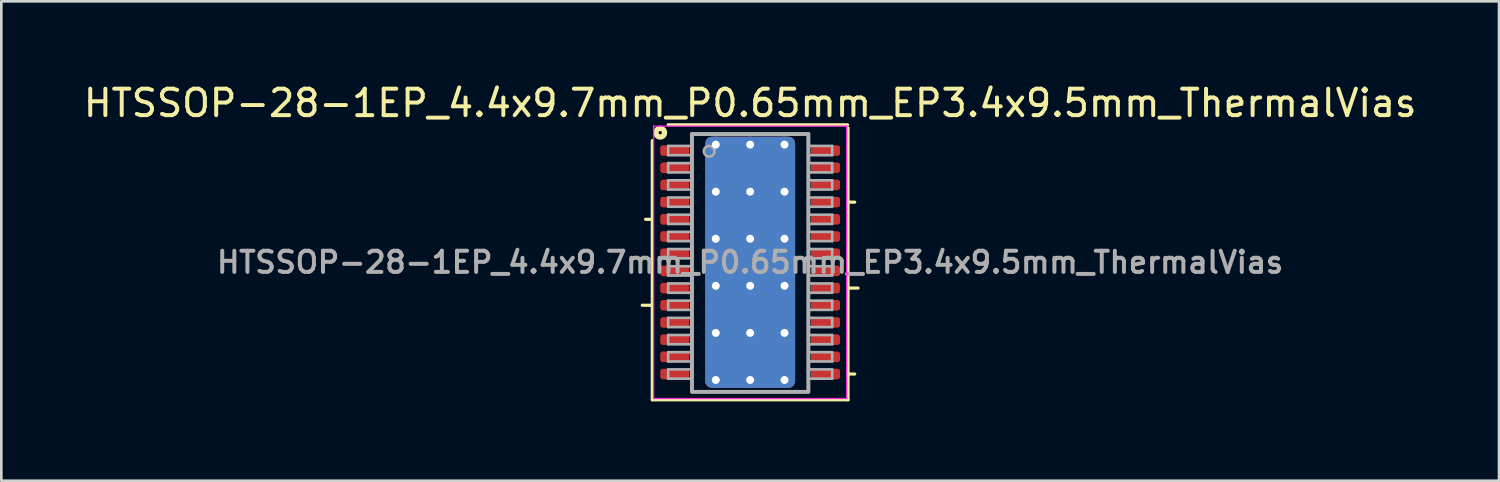
<source format=kicad_pcb>
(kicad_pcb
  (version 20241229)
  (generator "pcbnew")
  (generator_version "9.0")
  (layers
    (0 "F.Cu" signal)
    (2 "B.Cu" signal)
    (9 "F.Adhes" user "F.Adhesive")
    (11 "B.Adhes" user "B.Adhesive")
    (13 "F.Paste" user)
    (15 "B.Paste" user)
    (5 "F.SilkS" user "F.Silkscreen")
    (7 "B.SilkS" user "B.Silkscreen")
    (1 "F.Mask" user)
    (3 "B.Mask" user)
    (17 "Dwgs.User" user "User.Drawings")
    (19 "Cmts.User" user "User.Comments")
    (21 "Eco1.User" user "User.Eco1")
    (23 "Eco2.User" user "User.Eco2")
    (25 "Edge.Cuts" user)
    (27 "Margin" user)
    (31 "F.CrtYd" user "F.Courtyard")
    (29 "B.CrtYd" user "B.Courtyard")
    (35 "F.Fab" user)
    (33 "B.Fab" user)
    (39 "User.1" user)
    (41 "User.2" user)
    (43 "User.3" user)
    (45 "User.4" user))
  (footprint "HTSSOP-28-1EP_4.4x9.7mm_P0.65mm_EP3.4x9.5mm_ThermalVias"
    (layer "F.Cu")
    (at 25.315 6.868)
    (property "Reference" "HTSSOP-28-1EP_4.4x9.7mm_P0.65mm_EP3.4x9.5mm_ThermalVias" (at 0 -6.02 0) (layer "F.SilkS") (effects (font (size 1 1) (thickness 0.15))))
    (attr smd)
    (fp_line (start -3.7 -1.625) (end -3.954 -1.625) (stroke (width 0.12) (type solid)) (layer "F.SilkS"))
    (fp_line (start -3.7 1.625) (end -4.081 1.625) (stroke (width 0.12) (type solid)) (layer "F.SilkS"))
    (fp_line (start -3.7 5.2) (end -3.7 -4.6) (stroke (width 0.12) (type solid)) (layer "F.SilkS"))
    (fp_line (start -3.1 -5.2) (end 3.683 -5.2) (stroke (width 0.12) (type solid)) (layer "F.SilkS"))
    (fp_line (start 3.7 -5.08) (end 3.7 5.2) (stroke (width 0.12) (type solid)) (layer "F.SilkS"))
    (fp_line (start 3.7 -2.275) (end 3.954 -2.275) (stroke (width 0.12) (type solid)) (layer "F.SilkS"))
    (fp_line (start 3.7 0.975) (end 4.081 0.975) (stroke (width 0.12) (type solid)) (layer "F.SilkS"))
    (fp_line (start 3.7 4.225) (end 3.954 4.225) (stroke (width 0.12) (type solid)) (layer "F.SilkS"))
    (fp_line (start 3.7 5.2) (end -3.7 5.2) (stroke (width 0.12) (type solid)) (layer "F.SilkS"))
    (fp_circle (center -3.4 -4.9) (end -3.337 -4.9) (stroke (width 0.2) (type solid)) (fill no) (layer "F.SilkS"))
    (fp_line (start -3.65 -5.15) (end -3.65 5.15) (stroke (width 0.05) (type solid)) (layer "F.CrtYd"))
    (fp_line (start -3.65 -5.15) (end 3.65 -5.15) (stroke (width 0.05) (type solid)) (layer "F.CrtYd"))
    (fp_line (start -3.65 5.15) (end 3.65 5.15) (stroke (width 0.05) (type solid)) (layer "F.CrtYd"))
    (fp_line (start 3.65 -5.15) (end 3.65 5.15) (stroke (width 0.05) (type solid)) (layer "F.CrtYd"))
    (fp_line (start -3.1 -4.4) (end -3.1 -4.05) (stroke (width 0.1) (type solid)) (layer "F.Fab"))
    (fp_line (start -3.1 -4.4) (end -2.2 -4.4) (stroke (width 0.1) (type solid)) (layer "F.Fab"))
    (fp_line (start -3.1 -4.05) (end -2.2 -4.05) (stroke (width 0.1) (type solid)) (layer "F.Fab"))
    (fp_line (start -3.1 -3.75) (end -3.1 -3.4) (stroke (width 0.1) (type solid)) (layer "F.Fab"))
    (fp_line (start -3.1 -3.75) (end -2.2 -3.75) (stroke (width 0.1) (type solid)) (layer "F.Fab"))
    (fp_line (start -3.1 -3.4) (end -2.2 -3.4) (stroke (width 0.1) (type solid)) (layer "F.Fab"))
    (fp_line (start -3.1 -3.1) (end -3.1 -2.75) (stroke (width 0.1) (type solid)) (layer "F.Fab"))
    (fp_line (start -3.1 -3.1) (end -2.2 -3.1) (stroke (width 0.1) (type solid)) (layer "F.Fab"))
    (fp_line (start -3.1 -2.75) (end -2.2 -2.75) (stroke (width 0.1) (type solid)) (layer "F.Fab"))
    (fp_line (start -3.1 -2.45) (end -3.1 -2.1) (stroke (width 0.1) (type solid)) (layer "F.Fab"))
    (fp_line (start -3.1 -2.45) (end -2.2 -2.45) (stroke (width 0.1) (type solid)) (layer "F.Fab"))
    (fp_line (start -3.1 -2.1) (end -2.2 -2.1) (stroke (width 0.1) (type solid)) (layer "F.Fab"))
    (fp_line (start -3.1 -1.8) (end -3.1 -1.45) (stroke (width 0.1) (type solid)) (layer "F.Fab"))
    (fp_line (start -3.1 -1.8) (end -2.2 -1.8) (stroke (width 0.1) (type solid)) (layer "F.Fab"))
    (fp_line (start -3.1 -1.45) (end -2.2 -1.45) (stroke (width 0.1) (type solid)) (layer "F.Fab"))
    (fp_line (start -3.1 -1.15) (end -3.1 -0.8) (stroke (width 0.1) (type solid)) (layer "F.Fab"))
    (fp_line (start -3.1 -1.15) (end -2.2 -1.15) (stroke (width 0.1) (type solid)) (layer "F.Fab"))
    (fp_line (start -3.1 -0.8) (end -2.2 -0.8) (stroke (width 0.1) (type solid)) (layer "F.Fab"))
    (fp_line (start -3.1 -0.5) (end -3.1 -0.15) (stroke (width 0.1) (type solid)) (layer "F.Fab"))
    (fp_line (start -3.1 -0.5) (end -2.2 -0.5) (stroke (width 0.1) (type solid)) (layer "F.Fab"))
    (fp_line (start -3.1 -0.15) (end -2.2 -0.15) (stroke (width 0.1) (type solid)) (layer "F.Fab"))
    (fp_line (start -3.1 0.15) (end -3.1 0.5) (stroke (width 0.1) (type solid)) (layer "F.Fab"))
    (fp_line (start -3.1 0.15) (end -2.2 0.15) (stroke (width 0.1) (type solid)) (layer "F.Fab"))
    (fp_line (start -3.1 0.5) (end -2.2 0.5) (stroke (width 0.1) (type solid)) (layer "F.Fab"))
    (fp_line (start -3.1 0.8) (end -3.1 1.15) (stroke (width 0.1) (type solid)) (layer "F.Fab"))
    (fp_line (start -3.1 0.8) (end -2.2 0.8) (stroke (width 0.1) (type solid)) (layer "F.Fab"))
    (fp_line (start -3.1 1.15) (end -2.2 1.15) (stroke (width 0.1) (type solid)) (layer "F.Fab"))
    (fp_line (start -3.1 1.45) (end -3.1 1.8) (stroke (width 0.1) (type solid)) (layer "F.Fab"))
    (fp_line (start -3.1 1.45) (end -2.2 1.45) (stroke (width 0.1) (type solid)) (layer "F.Fab"))
    (fp_line (start -3.1 1.8) (end -2.2 1.8) (stroke (width 0.1) (type solid)) (layer "F.Fab"))
    (fp_line (start -3.1 2.1) (end -3.1 2.45) (stroke (width 0.1) (type solid)) (layer "F.Fab"))
    (fp_line (start -3.1 2.1) (end -2.2 2.1) (stroke (width 0.1) (type solid)) (layer "F.Fab"))
    (fp_line (start -3.1 2.45) (end -2.2 2.45) (stroke (width 0.1) (type solid)) (layer "F.Fab"))
    (fp_line (start -3.1 2.75) (end -3.1 3.1) (stroke (width 0.1) (type solid)) (layer "F.Fab"))
    (fp_line (start -3.1 2.75) (end -2.2 2.75) (stroke (width 0.1) (type solid)) (layer "F.Fab"))
    (fp_line (start -3.1 3.1) (end -2.2 3.1) (stroke (width 0.1) (type solid)) (layer "F.Fab"))
    (fp_line (start -3.1 3.4) (end -3.1 3.75) (stroke (width 0.1) (type solid)) (layer "F.Fab"))
    (fp_line (start -3.1 3.4) (end -2.2 3.4) (stroke (width 0.1) (type solid)) (layer "F.Fab"))
    (fp_line (start -3.1 3.75) (end -2.2 3.75) (stroke (width 0.1) (type solid)) (layer "F.Fab"))
    (fp_line (start -3.1 4.05) (end -3.1 4.4) (stroke (width 0.1) (type solid)) (layer "F.Fab"))
    (fp_line (start -3.1 4.05) (end -2.2 4.05) (stroke (width 0.1) (type solid)) (layer "F.Fab"))
    (fp_line (start -3.1 4.4) (end -2.2 4.4) (stroke (width 0.1) (type solid)) (layer "F.Fab"))
    (fp_line (start -2.2 -4.85) (end 2.2 -4.85) (stroke (width 0.15) (type solid)) (layer "F.Fab"))
    (fp_line (start -2.2 4.85) (end -2.2 -4.85) (stroke (width 0.15) (type solid)) (layer "F.Fab"))
    (fp_line (start 2.2 -4.85) (end 2.2 4.85) (stroke (width 0.15) (type solid)) (layer "F.Fab"))
    (fp_line (start 2.2 4.901) (end -2.2 4.901) (stroke (width 0.15) (type solid)) (layer "F.Fab"))
    (fp_line (start 3.1 -4.4) (end 2.2 -4.4) (stroke (width 0.1) (type solid)) (layer "F.Fab"))
    (fp_line (start 3.1 -4.05) (end 2.2 -4.05) (stroke (width 0.1) (type solid)) (layer "F.Fab"))
    (fp_line (start 3.1 -4.05) (end 3.1 -4.4) (stroke (width 0.1) (type solid)) (layer "F.Fab"))
    (fp_line (start 3.1 -3.75) (end 2.2 -3.75) (stroke (width 0.1) (type solid)) (layer "F.Fab"))
    (fp_line (start 3.1 -3.4) (end 2.2 -3.4) (stroke (width 0.1) (type solid)) (layer "F.Fab"))
    (fp_line (start 3.1 -3.4) (end 3.1 -3.75) (stroke (width 0.1) (type solid)) (layer "F.Fab"))
    (fp_line (start 3.1 -3.1) (end 2.2 -3.1) (stroke (width 0.1) (type solid)) (layer "F.Fab"))
    (fp_line (start 3.1 -2.75) (end 2.2 -2.75) (stroke (width 0.1) (type solid)) (layer "F.Fab"))
    (fp_line (start 3.1 -2.75) (end 3.1 -3.1) (stroke (width 0.1) (type solid)) (layer "F.Fab"))
    (fp_line (start 3.1 -2.45) (end 2.2 -2.45) (stroke (width 0.1) (type solid)) (layer "F.Fab"))
    (fp_line (start 3.1 -2.1) (end 2.2 -2.1) (stroke (width 0.1) (type solid)) (layer "F.Fab"))
    (fp_line (start 3.1 -2.1) (end 3.1 -2.45) (stroke (width 0.1) (type solid)) (layer "F.Fab"))
    (fp_line (start 3.1 -1.8) (end 2.2 -1.8) (stroke (width 0.1) (type solid)) (layer "F.Fab"))
    (fp_line (start 3.1 -1.45) (end 2.2 -1.45) (stroke (width 0.1) (type solid)) (layer "F.Fab"))
    (fp_line (start 3.1 -1.45) (end 3.1 -1.8) (stroke (width 0.1) (type solid)) (layer "F.Fab"))
    (fp_line (start 3.1 -1.15) (end 2.2 -1.15) (stroke (width 0.1) (type solid)) (layer "F.Fab"))
    (fp_line (start 3.1 -0.8) (end 2.2 -0.8) (stroke (width 0.1) (type solid)) (layer "F.Fab"))
    (fp_line (start 3.1 -0.8) (end 3.1 -1.15) (stroke (width 0.1) (type solid)) (layer "F.Fab"))
    (fp_line (start 3.1 -0.5) (end 2.2 -0.5) (stroke (width 0.1) (type solid)) (layer "F.Fab"))
    (fp_line (start 3.1 -0.15) (end 2.2 -0.15) (stroke (width 0.1) (type solid)) (layer "F.Fab"))
    (fp_line (start 3.1 -0.15) (end 3.1 -0.5) (stroke (width 0.1) (type solid)) (layer "F.Fab"))
    (fp_line (start 3.1 0.15) (end 2.2 0.15) (stroke (width 0.1) (type solid)) (layer "F.Fab"))
    (fp_line (start 3.1 0.5) (end 2.2 0.5) (stroke (width 0.1) (type solid)) (layer "F.Fab"))
    (fp_line (start 3.1 0.5) (end 3.1 0.15) (stroke (width 0.1) (type solid)) (layer "F.Fab"))
    (fp_line (start 3.1 0.8) (end 2.2 0.8) (stroke (width 0.1) (type solid)) (layer "F.Fab"))
    (fp_line (start 3.1 1.15) (end 2.2 1.15) (stroke (width 0.1) (type solid)) (layer "F.Fab"))
    (fp_line (start 3.1 1.15) (end 3.1 0.8) (stroke (width 0.1) (type solid)) (layer "F.Fab"))
    (fp_line (start 3.1 1.45) (end 2.2 1.45) (stroke (width 0.1) (type solid)) (layer "F.Fab"))
    (fp_line (start 3.1 1.8) (end 2.2 1.8) (stroke (width 0.1) (type solid)) (layer "F.Fab"))
    (fp_line (start 3.1 1.8) (end 3.1 1.45) (stroke (width 0.1) (type solid)) (layer "F.Fab"))
    (fp_line (start 3.1 2.1) (end 2.2 2.1) (stroke (width 0.1) (type solid)) (layer "F.Fab"))
    (fp_line (start 3.1 2.45) (end 2.2 2.45) (stroke (width 0.1) (type solid)) (layer "F.Fab"))
    (fp_line (start 3.1 2.45) (end 3.1 2.1) (stroke (width 0.1) (type solid)) (layer "F.Fab"))
    (fp_line (start 3.1 2.75) (end 2.2 2.75) (stroke (width 0.1) (type solid)) (layer "F.Fab"))
    (fp_line (start 3.1 3.1) (end 2.2 3.1) (stroke (width 0.1) (type solid)) (layer "F.Fab"))
    (fp_line (start 3.1 3.1) (end 3.1 2.75) (stroke (width 0.1) (type solid)) (layer "F.Fab"))
    (fp_line (start 3.1 3.4) (end 2.2 3.4) (stroke (width 0.1) (type solid)) (layer "F.Fab"))
    (fp_line (start 3.1 3.75) (end 2.2 3.75) (stroke (width 0.1) (type solid)) (layer "F.Fab"))
    (fp_line (start 3.1 3.75) (end 3.1 3.4) (stroke (width 0.1) (type solid)) (layer "F.Fab"))
    (fp_line (start 3.1 4.05) (end 2.2 4.05) (stroke (width 0.1) (type solid)) (layer "F.Fab"))
    (fp_line (start 3.1 4.4) (end 2.2 4.4) (stroke (width 0.1) (type solid)) (layer "F.Fab"))
    (fp_line (start 3.1 4.4) (end 3.1 4.05) (stroke (width 0.1) (type solid)) (layer "F.Fab"))
    (fp_circle (center -1.55 -4.2) (end -1.35 -4.2) (stroke (width 0.1) (type solid)) (fill no) (layer "F.Fab"))
    (fp_text user "${REFERENCE}" (at 0 0 0) (layer "F.Fab") (effects (font (size 0.8 0.8) (thickness 0.15))))
    (pad "" smd roundrect (at -0.85 -3.56) (size 1.4 1.4) (layers "F.Paste") (roundrect_rratio 0.179))
    (pad "" smd roundrect (at -0.85 -1.78) (size 1.4 1.4) (layers "F.Paste") (roundrect_rratio 0.179))
    (pad "" smd roundrect (at -0.85 0) (size 1.4 1.4) (layers "F.Paste") (roundrect_rratio 0.179))
    (pad "" smd roundrect (at -0.85 1.78) (size 1.4 1.4) (layers "F.Paste") (roundrect_rratio 0.179))
    (pad "" smd roundrect (at -0.85 3.56) (size 1.4 1.4) (layers "F.Paste") (roundrect_rratio 0.179))
    (pad "" smd roundrect (at 0.85 -3.56) (size 1.4 1.4) (layers "F.Paste") (roundrect_rratio 0.179))
    (pad "" smd roundrect (at 0.85 -1.78) (size 1.4 1.4) (layers "F.Paste") (roundrect_rratio 0.179))
    (pad "" smd roundrect (at 0.85 0) (size 1.4 1.4) (layers "F.Paste") (roundrect_rratio 0.179))
    (pad "" smd roundrect (at 0.85 1.78) (size 1.4 1.4) (layers "F.Paste") (roundrect_rratio 0.179))
    (pad "" smd roundrect (at 0.85 3.56) (size 1.4 1.4) (layers "F.Paste") (roundrect_rratio 0.179))
    (pad "1" smd roundrect (at -2.85 -4.225) (size 1.1 0.4) (layers "F.Cu" "F.Mask" "F.Paste") (roundrect_rratio 0.25))
    (pad "2" smd roundrect (at -2.85 -3.575) (size 1.1 0.4) (layers "F.Cu" "F.Mask" "F.Paste") (roundrect_rratio 0.25))
    (pad "3" smd roundrect (at -2.85 -2.925) (size 1.1 0.4) (layers "F.Cu" "F.Mask" "F.Paste") (roundrect_rratio 0.25))
    (pad "4" smd roundrect (at -2.85 -2.275) (size 1.1 0.4) (layers "F.Cu" "F.Mask" "F.Paste") (roundrect_rratio 0.25))
    (pad "5" smd roundrect (at -2.85 -1.625) (size 1.1 0.4) (layers "F.Cu" "F.Mask" "F.Paste") (roundrect_rratio 0.25))
    (pad "6" smd roundrect (at -2.85 -0.975) (size 1.1 0.4) (layers "F.Cu" "F.Mask" "F.Paste") (roundrect_rratio 0.25))
    (pad "7" smd roundrect (at -2.85 -0.325) (size 1.1 0.4) (layers "F.Cu" "F.Mask" "F.Paste") (roundrect_rratio 0.25))
    (pad "8" smd roundrect (at -2.85 0.325) (size 1.1 0.4) (layers "F.Cu" "F.Mask" "F.Paste") (roundrect_rratio 0.25))
    (pad "9" smd roundrect (at -2.85 0.975) (size 1.1 0.4) (layers "F.Cu" "F.Mask" "F.Paste") (roundrect_rratio 0.25))
    (pad "10" smd roundrect (at -2.85 1.625) (size 1.1 0.4) (layers "F.Cu" "F.Mask" "F.Paste") (roundrect_rratio 0.25))
    (pad "11" smd roundrect (at -2.85 2.275) (size 1.1 0.4) (layers "F.Cu" "F.Mask" "F.Paste") (roundrect_rratio 0.25))
    (pad "12" smd roundrect (at -2.85 2.925) (size 1.1 0.4) (layers "F.Cu" "F.Mask" "F.Paste") (roundrect_rratio 0.25))
    (pad "13" smd roundrect (at -2.85 3.575) (size 1.1 0.4) (layers "F.Cu" "F.Mask" "F.Paste") (roundrect_rratio 0.25))
    (pad "14" smd roundrect (at -2.85 4.225) (size 1.1 0.4) (layers "F.Cu" "F.Mask" "F.Paste") (roundrect_rratio 0.25))
    (pad "15" smd roundrect (at 2.85 4.225) (size 1.1 0.4) (layers "F.Cu" "F.Mask" "F.Paste") (roundrect_rratio 0.25))
    (pad "16" smd roundrect (at 2.85 3.575) (size 1.1 0.4) (layers "F.Cu" "F.Mask" "F.Paste") (roundrect_rratio 0.25))
    (pad "17" smd roundrect (at 2.85 2.925) (size 1.1 0.4) (layers "F.Cu" "F.Mask" "F.Paste") (roundrect_rratio 0.25))
    (pad "18" smd roundrect (at 2.85 2.275) (size 1.1 0.4) (layers "F.Cu" "F.Mask" "F.Paste") (roundrect_rratio 0.25))
    (pad "19" smd roundrect (at 2.85 1.625) (size 1.1 0.4) (layers "F.Cu" "F.Mask" "F.Paste") (roundrect_rratio 0.25))
    (pad "20" smd roundrect (at 2.85 0.975) (size 1.1 0.4) (layers "F.Cu" "F.Mask" "F.Paste") (roundrect_rratio 0.25))
    (pad "21" smd roundrect (at 2.85 0.325) (size 1.1 0.4) (layers "F.Cu" "F.Mask" "F.Paste") (roundrect_rratio 0.25))
    (pad "22" smd roundrect (at 2.85 -0.325) (size 1.1 0.4) (layers "F.Cu" "F.Mask" "F.Paste") (roundrect_rratio 0.25))
    (pad "23" smd roundrect (at 2.85 -0.975) (size 1.1 0.4) (layers "F.Cu" "F.Mask" "F.Paste") (roundrect_rratio 0.25))
    (pad "24" smd roundrect (at 2.85 -1.625) (size 1.1 0.4) (layers "F.Cu" "F.Mask" "F.Paste") (roundrect_rratio 0.25))
    (pad "25" smd roundrect (at 2.85 -2.275) (size 1.1 0.4) (layers "F.Cu" "F.Mask" "F.Paste") (roundrect_rratio 0.25))
    (pad "26" smd roundrect (at 2.85 -2.925) (size 1.1 0.4) (layers "F.Cu" "F.Mask" "F.Paste") (roundrect_rratio 0.25))
    (pad "27" smd roundrect (at 2.85 -3.575) (size 1.1 0.4) (layers "F.Cu" "F.Mask" "F.Paste") (roundrect_rratio 0.25))
    (pad "28" smd roundrect (at 2.85 -4.225) (size 1.1 0.4) (layers "F.Cu" "F.Mask" "F.Paste") (roundrect_rratio 0.25))
    (pad "29" thru_hole circle (at -1.3 -4.45) (size 0.6 0.6) (drill 0.3) (property pad_prop_heatsink) (layers "*.Cu"))
    (pad "29" thru_hole circle (at -1.3 -2.67) (size 0.6 0.6) (drill 0.3) (property pad_prop_heatsink) (layers "*.Cu"))
    (pad "29" thru_hole circle (at -1.3 -0.89) (size 0.6 0.6) (drill 0.3) (property pad_prop_heatsink) (layers "*.Cu"))
    (pad "29" thru_hole circle (at -1.3 0.89) (size 0.6 0.6) (drill 0.3) (property pad_prop_heatsink) (layers "*.Cu"))
    (pad "29" thru_hole circle (at -1.3 2.67) (size 0.6 0.6) (drill 0.3) (property pad_prop_heatsink) (layers "*.Cu"))
    (pad "29" thru_hole circle (at -1.3 4.45) (size 0.6 0.6) (drill 0.3) (property pad_prop_heatsink) (layers "*.Cu"))
    (pad "29" thru_hole circle (at 0 -4.45) (size 0.6 0.6) (drill 0.3) (property pad_prop_heatsink) (layers "*.Cu"))
    (pad "29" thru_hole circle (at 0 -2.67) (size 0.6 0.6) (drill 0.3) (property pad_prop_heatsink) (layers "*.Cu"))
    (pad "29" thru_hole circle (at 0 -0.89) (size 0.6 0.6) (drill 0.3) (property pad_prop_heatsink) (layers "*.Cu"))
    (pad "29" smd roundrect (at 0 0) (size 3.4 9.5) (layers "F.Cu" "F.Mask") (roundrect_rratio 0.074))
    (pad "29" smd roundrect (at 0 0) (size 3.4 9.5) (layers "B.Cu" "B.Mask") (roundrect_rratio 0.074))
    (pad "29" thru_hole circle (at 0 0.89) (size 0.6 0.6) (drill 0.3) (property pad_prop_heatsink) (layers "*.Cu"))
    (pad "29" thru_hole circle (at 0 2.67) (size 0.6 0.6) (drill 0.3) (property pad_prop_heatsink) (layers "*.Cu"))
    (pad "29" thru_hole circle (at 0 4.45) (size 0.6 0.6) (drill 0.3) (property pad_prop_heatsink) (layers "*.Cu"))
    (pad "29" thru_hole circle (at 1.3 -4.45) (size 0.6 0.6) (drill 0.3) (property pad_prop_heatsink) (layers "*.Cu"))
    (pad "29" thru_hole circle (at 1.3 -2.67) (size 0.6 0.6) (drill 0.3) (property pad_prop_heatsink) (layers "*.Cu"))
    (pad "29" thru_hole circle (at 1.3 -0.89) (size 0.6 0.6) (drill 0.3) (property pad_prop_heatsink) (layers "*.Cu"))
    (pad "29" thru_hole circle (at 1.3 0.89) (size 0.6 0.6) (drill 0.3) (property pad_prop_heatsink) (layers "*.Cu"))
    (pad "29" thru_hole circle (at 1.3 2.67) (size 0.6 0.6) (drill 0.3) (property pad_prop_heatsink) (layers "*.Cu"))
    (pad "29" thru_hole circle (at 1.3 4.45) (size 0.6 0.6) (drill 0.3) (property pad_prop_heatsink) (layers "*.Cu")))
  (gr_rect
    (start -3 -3)
    (end 53.631 15.128)
    (stroke (width 0.1) (type default))
    (fill no)
    (layer "Edge.Cuts")))
</source>
